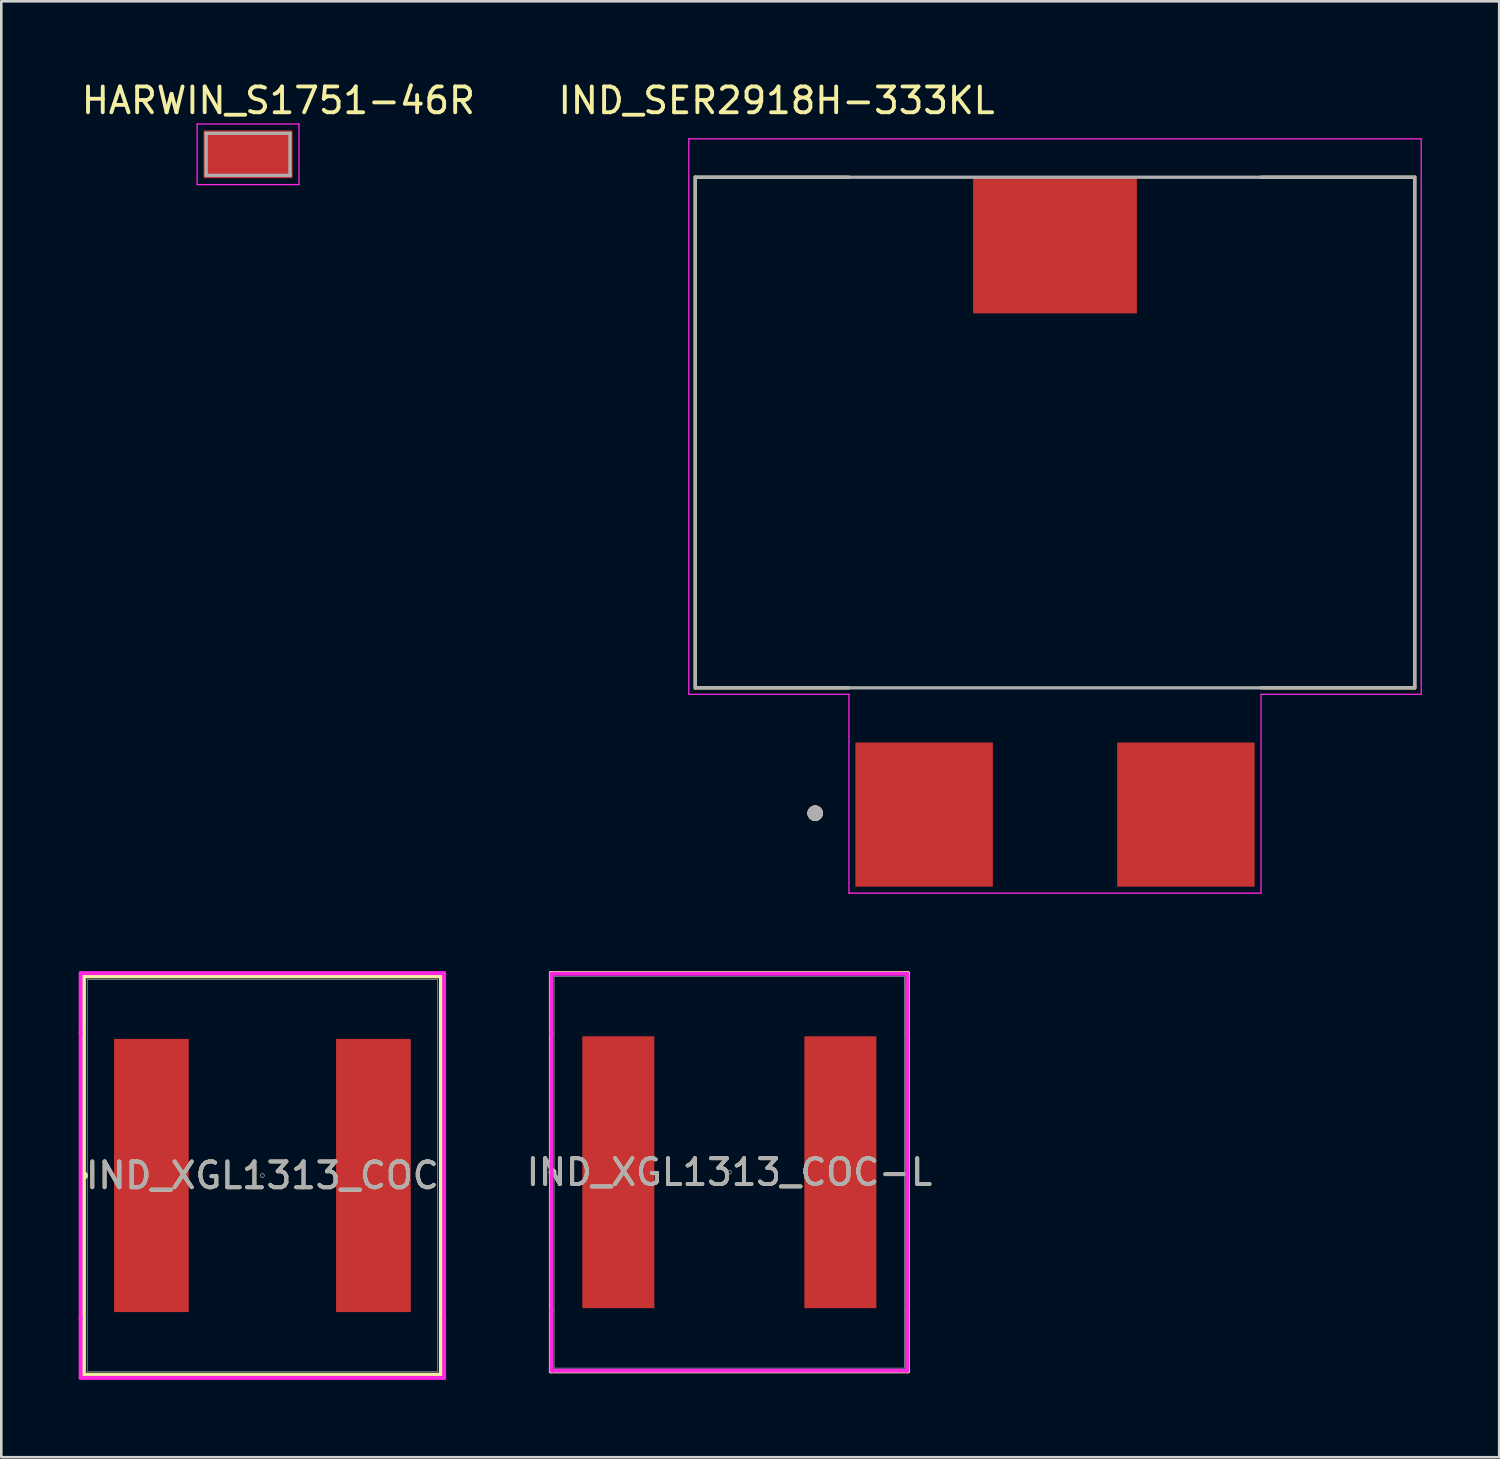
<source format=kicad_pcb>
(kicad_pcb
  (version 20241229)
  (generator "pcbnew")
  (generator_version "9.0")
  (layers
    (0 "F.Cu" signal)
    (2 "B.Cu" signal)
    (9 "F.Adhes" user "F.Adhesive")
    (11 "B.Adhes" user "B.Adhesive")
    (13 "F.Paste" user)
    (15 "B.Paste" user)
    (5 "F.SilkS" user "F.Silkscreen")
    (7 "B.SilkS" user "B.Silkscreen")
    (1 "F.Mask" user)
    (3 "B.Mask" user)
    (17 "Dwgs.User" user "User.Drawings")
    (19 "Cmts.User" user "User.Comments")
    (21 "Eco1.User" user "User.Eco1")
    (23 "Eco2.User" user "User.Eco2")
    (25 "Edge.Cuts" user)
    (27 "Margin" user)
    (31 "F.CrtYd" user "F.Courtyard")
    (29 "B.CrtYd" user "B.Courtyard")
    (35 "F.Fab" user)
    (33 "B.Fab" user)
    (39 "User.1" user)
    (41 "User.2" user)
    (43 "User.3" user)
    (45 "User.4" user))
  (footprint "HARWIN_S1751-46R"
    (layer "F.Cu")
    (at 6.569 2.933)
    (property "Reference" "HARWIN_S1751-46R" (at 1.175 -2.085 0) (layer "F.SilkS") (effects (font (size 1 1) (thickness 0.15))))
    (attr smd)
    (fp_line (start -1.975 -1.175) (end -1.975 1.175) (stroke (width 0.05) (type solid)) (layer "F.CrtYd"))
    (fp_line (start -1.975 1.175) (end 1.975 1.175) (stroke (width 0.05) (type solid)) (layer "F.CrtYd"))
    (fp_line (start 1.975 -1.175) (end -1.975 -1.175) (stroke (width 0.05) (type solid)) (layer "F.CrtYd"))
    (fp_line (start 1.975 1.175) (end 1.975 -1.175) (stroke (width 0.05) (type solid)) (layer "F.CrtYd"))
    (fp_line (start -1.625 -0.815) (end 1.625 -0.815) (stroke (width 0.127) (type solid)) (layer "F.Fab"))
    (fp_line (start -1.625 0.815) (end -1.625 -0.815) (stroke (width 0.127) (type solid)) (layer "F.Fab"))
    (fp_line (start 1.625 -0.815) (end 1.625 0.815) (stroke (width 0.127) (type solid)) (layer "F.Fab"))
    (fp_line (start 1.625 0.815) (end -1.625 0.815) (stroke (width 0.127) (type solid)) (layer "F.Fab"))
    (pad "1" smd rect (at 0 0) (size 3.45 1.85) (layers "F.Cu" "F.Mask" "F.Paste")))
  (footprint "IND_SER2918H-333KL"
    (layer "F.Cu")
    (at 37.86 14.183)
    (property "Reference" "IND_SER2918H-333KL" (at -10.795 -13.335 0) (layer "F.SilkS") (effects (font (size 1 1) (thickness 0.15))))
    (attr smd)
    (fp_line (start -13.95 -10.36) (end -7.99 -10.36) (stroke (width 0.127) (type solid)) (layer "F.SilkS"))
    (fp_line (start -13.95 9.44) (end -13.95 -10.36) (stroke (width 0.127) (type solid)) (layer "F.SilkS"))
    (fp_line (start -7.99 9.44) (end -13.95 9.44) (stroke (width 0.127) (type solid)) (layer "F.SilkS"))
    (fp_line (start 7.99 -10.36) (end 13.95 -10.36) (stroke (width 0.127) (type solid)) (layer "F.SilkS"))
    (fp_line (start 13.95 -10.36) (end 13.95 9.44) (stroke (width 0.127) (type solid)) (layer "F.SilkS"))
    (fp_line (start 13.95 9.44) (end 7.99 9.44) (stroke (width 0.127) (type solid)) (layer "F.SilkS"))
    (fp_circle (center -9.3 14.3) (end -9.15 14.3) (stroke (width 0.3) (type solid)) (fill no) (layer "F.SilkS"))
    (fp_circle (center -9.3 14.3) (end -9.15 14.3) (stroke (width 0.3) (type solid)) (fill no) (layer "F.SilkS"))
    (fp_line (start -14.2 -11.85) (end 14.2 -11.85) (stroke (width 0.05) (type solid)) (layer "F.CrtYd"))
    (fp_line (start -14.2 9.69) (end -14.2 -11.85) (stroke (width 0.05) (type solid)) (layer "F.CrtYd"))
    (fp_line (start -7.99 9.69) (end -14.2 9.69) (stroke (width 0.05) (type solid)) (layer "F.CrtYd"))
    (fp_line (start -7.99 17.4) (end -7.99 9.69) (stroke (width 0.05) (type solid)) (layer "F.CrtYd"))
    (fp_line (start 7.99 9.69) (end 7.99 17.4) (stroke (width 0.05) (type solid)) (layer "F.CrtYd"))
    (fp_line (start 7.99 17.4) (end -7.99 17.4) (stroke (width 0.05) (type solid)) (layer "F.CrtYd"))
    (fp_line (start 14.2 -11.85) (end 14.2 9.69) (stroke (width 0.05) (type solid)) (layer "F.CrtYd"))
    (fp_line (start 14.2 9.69) (end 7.99 9.69) (stroke (width 0.05) (type solid)) (layer "F.CrtYd"))
    (fp_line (start -13.95 -10.36) (end 13.95 -10.36) (stroke (width 0.127) (type solid)) (layer "F.Fab"))
    (fp_line (start -13.95 9.44) (end -13.95 -10.36) (stroke (width 0.127) (type solid)) (layer "F.Fab"))
    (fp_line (start 13.95 -10.36) (end 13.95 9.44) (stroke (width 0.127) (type solid)) (layer "F.Fab"))
    (fp_line (start 13.95 9.44) (end -13.95 9.44) (stroke (width 0.127) (type solid)) (layer "F.Fab"))
    (fp_circle (center -9.3 14.3) (end -9.15 14.3) (stroke (width 0.3) (type solid)) (fill no) (layer "F.Fab"))
    (pad "1" smd rect (at -5.075 14.355) (size 5.33 5.59) (layers "F.Cu" "F.Mask" "F.Paste"))
    (pad "2" smd rect (at 5.075 14.355) (size 5.33 5.59) (layers "F.Cu" "F.Mask" "F.Paste"))
    (pad "3" smd rect (at 0 -7.72) (size 6.35 5.28) (layers "F.Cu" "F.Mask" "F.Paste")))
  (footprint "IND_XGL1313_COC"
    (layer "F.Cu")
    (at 7.125 42.533)
    (property "Reference" "IND_XGL1313_COC" (at 0 0 0) (unlocked yes) (layer "F.SilkS") (effects (font (size 1 1) (thickness 0.15))))
    (attr smd)
    (fp_line (start -6.921 -7.722) (end -6.921 7.722) (stroke (width 0.152) (type solid)) (layer "F.SilkS"))
    (fp_line (start -6.921 7.722) (end 6.921 7.722) (stroke (width 0.152) (type solid)) (layer "F.SilkS"))
    (fp_line (start 6.921 -7.722) (end -6.921 -7.722) (stroke (width 0.152) (type solid)) (layer "F.SilkS"))
    (fp_line (start 6.921 7.722) (end 6.921 -7.722) (stroke (width 0.152) (type solid)) (layer "F.SilkS"))
    (fp_circle (center -6.909 0) (end -6.833 0) (stroke (width 0.152) (type solid)) (fill no) (layer "F.SilkS"))
    (fp_line (start -7.048 -7.849) (end 7.048 -7.849) (stroke (width 0.152) (type solid)) (layer "F.CrtYd"))
    (fp_line (start -7.048 -5.55) (end -7.048 -7.849) (stroke (width 0.152) (type solid)) (layer "F.CrtYd"))
    (fp_line (start -7.048 -5.55) (end -7.048 -5.55) (stroke (width 0.152) (type solid)) (layer "F.CrtYd"))
    (fp_line (start -7.048 5.55) (end -7.048 -5.55) (stroke (width 0.152) (type solid)) (layer "F.CrtYd"))
    (fp_line (start -7.048 5.55) (end -7.048 5.55) (stroke (width 0.152) (type solid)) (layer "F.CrtYd"))
    (fp_line (start -7.048 7.849) (end -7.048 5.55) (stroke (width 0.152) (type solid)) (layer "F.CrtYd"))
    (fp_line (start 7.048 -7.849) (end 7.048 -5.55) (stroke (width 0.152) (type solid)) (layer "F.CrtYd"))
    (fp_line (start 7.048 -5.55) (end 7.048 -5.55) (stroke (width 0.152) (type solid)) (layer "F.CrtYd"))
    (fp_line (start 7.048 -5.55) (end 7.048 5.55) (stroke (width 0.152) (type solid)) (layer "F.CrtYd"))
    (fp_line (start 7.048 5.55) (end 7.048 5.55) (stroke (width 0.152) (type solid)) (layer "F.CrtYd"))
    (fp_line (start 7.048 5.55) (end 7.048 7.849) (stroke (width 0.152) (type solid)) (layer "F.CrtYd"))
    (fp_line (start 7.048 7.849) (end -7.048 7.849) (stroke (width 0.152) (type solid)) (layer "F.CrtYd"))
    (fp_line (start -6.795 -7.595) (end -6.795 7.595) (stroke (width 0.025) (type solid)) (layer "F.Fab"))
    (fp_line (start -6.795 7.595) (end 6.795 7.595) (stroke (width 0.025) (type solid)) (layer "F.Fab"))
    (fp_line (start 6.795 -7.595) (end -6.795 -7.595) (stroke (width 0.025) (type solid)) (layer "F.Fab"))
    (fp_line (start 6.795 7.595) (end 6.795 -7.595) (stroke (width 0.025) (type solid)) (layer "F.Fab"))
    (fp_circle (center 0 0) (end 0.076 0) (stroke (width 0.025) (type solid)) (fill no) (layer "F.Fab"))
    (fp_text user "${REFERENCE}" (at 0 0 0) (unlocked yes) (layer "F.Fab") (effects (font (size 1 1) (thickness 0.15))))
    (pad "1" smd rect (at -4.305 0) (size 2.896 10.592) (layers "F.Cu" "F.Mask" "F.Paste"))
    (pad "2" smd rect (at 4.305 0) (size 2.896 10.592) (layers "F.Cu" "F.Mask" "F.Paste")))
  (footprint "IND_XGL1313_COC-L"
    (layer "F.Cu")
    (at 25.232 42.406)
    (property "Reference" "IND_XGL1313_COC-L" (at 0 0 0) (unlocked yes) (layer "F.SilkS") (effects (font (size 1 1) (thickness 0.15))))
    (attr smd)
    (fp_line (start -6.921 -7.722) (end -6.921 7.722) (stroke (width 0.152) (type solid)) (layer "F.SilkS"))
    (fp_line (start -6.921 7.722) (end 6.921 7.722) (stroke (width 0.152) (type solid)) (layer "F.SilkS"))
    (fp_line (start 6.921 -7.722) (end -6.921 -7.722) (stroke (width 0.152) (type solid)) (layer "F.SilkS"))
    (fp_line (start 6.921 7.722) (end 6.921 -7.722) (stroke (width 0.152) (type solid)) (layer "F.SilkS"))
    (fp_circle (center -6.858 0) (end -6.782 0) (stroke (width 0.152) (type solid)) (fill no) (layer "F.SilkS"))
    (fp_line (start -6.896 -7.696) (end 6.896 -7.696) (stroke (width 0.152) (type solid)) (layer "F.CrtYd"))
    (fp_line (start -6.896 -5.372) (end -6.896 -7.696) (stroke (width 0.152) (type solid)) (layer "F.CrtYd"))
    (fp_line (start -6.896 -5.372) (end -6.896 -5.372) (stroke (width 0.152) (type solid)) (layer "F.CrtYd"))
    (fp_line (start -6.896 5.372) (end -6.896 -5.372) (stroke (width 0.152) (type solid)) (layer "F.CrtYd"))
    (fp_line (start -6.896 5.372) (end -6.896 5.372) (stroke (width 0.152) (type solid)) (layer "F.CrtYd"))
    (fp_line (start -6.896 7.696) (end -6.896 5.372) (stroke (width 0.152) (type solid)) (layer "F.CrtYd"))
    (fp_line (start 6.896 -7.696) (end 6.896 -5.372) (stroke (width 0.152) (type solid)) (layer "F.CrtYd"))
    (fp_line (start 6.896 -5.372) (end 6.896 -5.372) (stroke (width 0.152) (type solid)) (layer "F.CrtYd"))
    (fp_line (start 6.896 -5.372) (end 6.896 5.372) (stroke (width 0.152) (type solid)) (layer "F.CrtYd"))
    (fp_line (start 6.896 5.372) (end 6.896 5.372) (stroke (width 0.152) (type solid)) (layer "F.CrtYd"))
    (fp_line (start 6.896 5.372) (end 6.896 7.696) (stroke (width 0.152) (type solid)) (layer "F.CrtYd"))
    (fp_line (start 6.896 7.696) (end -6.896 7.696) (stroke (width 0.152) (type solid)) (layer "F.CrtYd"))
    (fp_line (start -6.795 -7.595) (end -6.795 7.595) (stroke (width 0.025) (type solid)) (layer "F.Fab"))
    (fp_line (start -6.795 7.595) (end 6.795 7.595) (stroke (width 0.025) (type solid)) (layer "F.Fab"))
    (fp_line (start 6.795 -7.595) (end -6.795 -7.595) (stroke (width 0.025) (type solid)) (layer "F.Fab"))
    (fp_line (start 6.795 7.595) (end 6.795 -7.595) (stroke (width 0.025) (type solid)) (layer "F.Fab"))
    (fp_circle (center 0 0) (end 0.076 0) (stroke (width 0.025) (type solid)) (fill no) (layer "F.Fab"))
    (fp_text user "${REFERENCE}" (at 0 0 0) (unlocked yes) (layer "F.Fab") (effects (font (size 1 1) (thickness 0.15))))
    (pad "1" smd rect (at -4.305 0) (size 2.794 10.541) (layers "F.Cu" "F.Mask" "F.Paste"))
    (pad "2" smd rect (at 4.305 0) (size 2.794 10.541) (layers "F.Cu" "F.Mask" "F.Paste")))
  (gr_rect
    (start -3 -3)
    (end 55.085 53.458)
    (stroke (width 0.1) (type default))
    (fill no)
    (layer "Edge.Cuts")))
</source>
